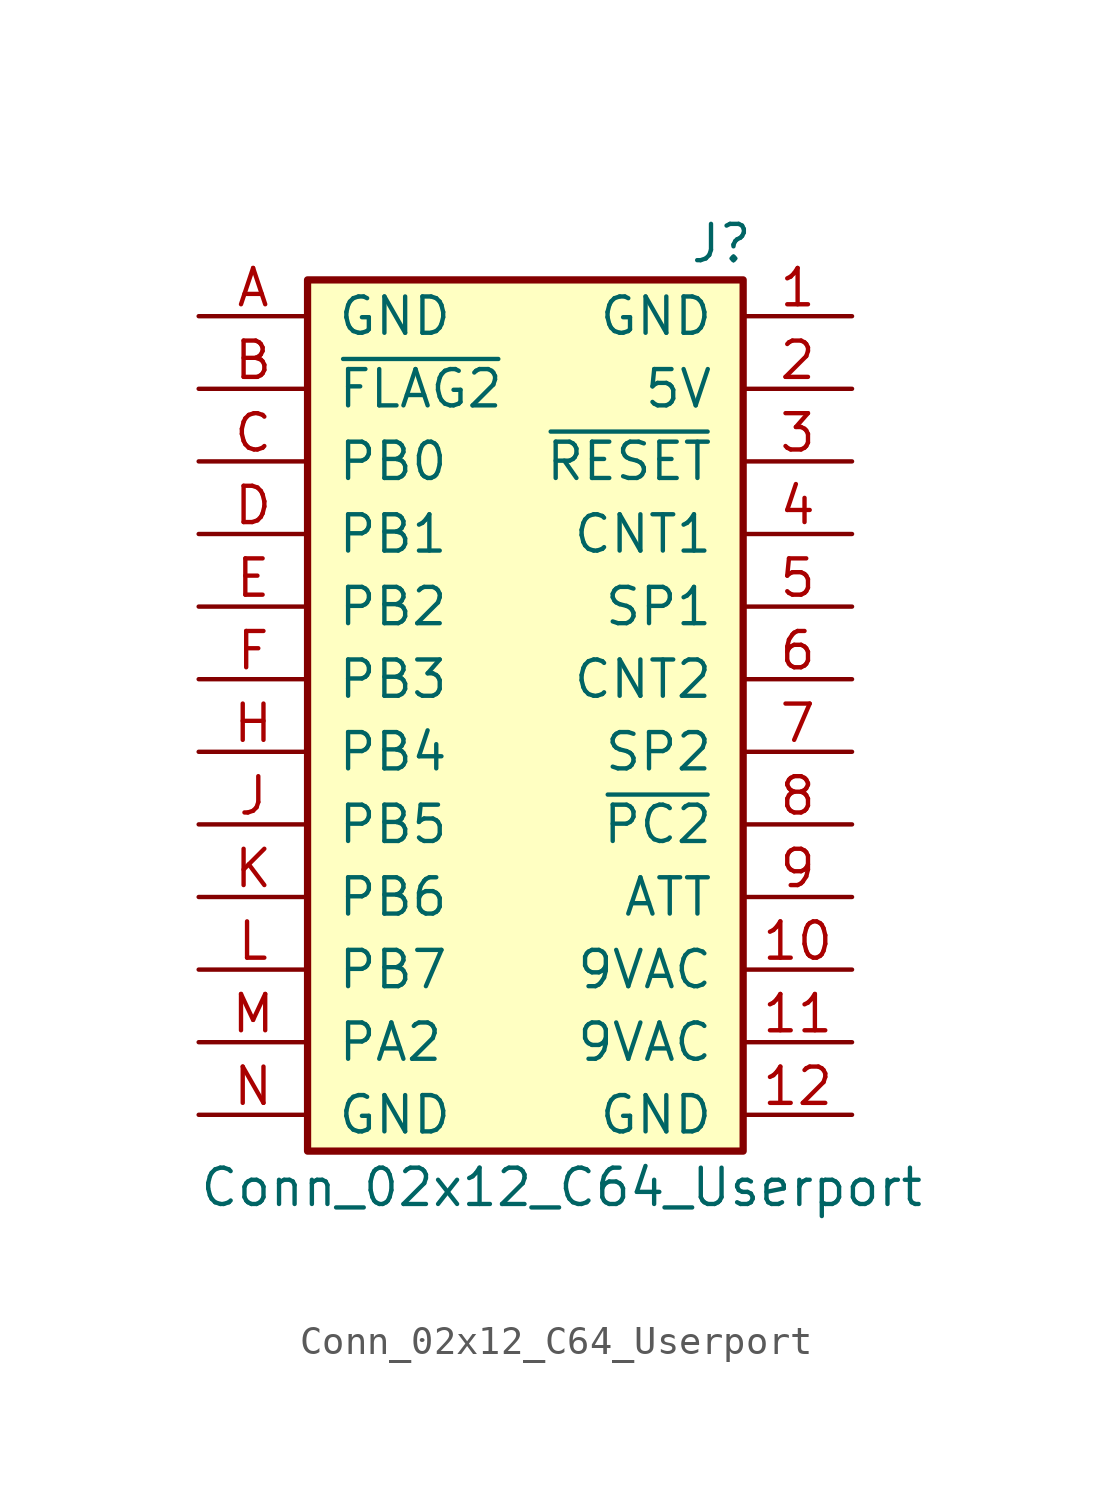
<source format=kicad_sym>
(kicad_symbol_lib
  (version 20231120)
  (generator "kicad_symbol_editor")
  (generator_version "8.0")
  (symbol "Conn_02x12_C64_Userport"
    (pin_names
      (offset 1.016))
    (property "Reference" "J"
      (at 6.858 15.24 0)
      (effects (font (size 1.27 1.27))))
    (property "Value" "Conn_02x12_C64_Userport"
      (at 1.27 -17.78 0)
      (effects (font (size 1.27 1.27))))
    (symbol "Conn_02x12_C64_Userport_1_1"
      (rectangle (start -7.62 13.97) (end 7.62 -16.51) (stroke (width 0.254) (type default)) (fill (type background)))
      (pin passive line (at 11.43 12.7 180) (length 3.81) (name "GND" (effects (font (size 1.27 1.27)))) (number "1" (effects (font (size 1.27 1.27)))))
      (pin passive line (at 11.43 -10.16 180) (length 3.81) (name "9VAC" (effects (font (size 1.27 1.27)))) (number "10" (effects (font (size 1.27 1.27)))))
      (pin passive line (at 11.43 -12.7 180) (length 3.81) (name "9VAC" (effects (font (size 1.27 1.27)))) (number "11" (effects (font (size 1.27 1.27)))))
      (pin passive line (at 11.43 -15.24 180) (length 3.81) (name "GND" (effects (font (size 1.27 1.27)))) (number "12" (effects (font (size 1.27 1.27)))))
      (pin passive line (at 11.43 10.16 180) (length 3.81) (name "5V" (effects (font (size 1.27 1.27)))) (number "2" (effects (font (size 1.27 1.27)))))
      (pin passive line (at 11.43 7.62 180) (length 3.81) (name "~{RESET}" (effects (font (size 1.27 1.27)))) (number "3" (effects (font (size 1.27 1.27)))))
      (pin passive line (at 11.43 5.08 180) (length 3.81) (name "CNT1" (effects (font (size 1.27 1.27)))) (number "4" (effects (font (size 1.27 1.27)))))
      (pin passive line (at 11.43 2.54 180) (length 3.81) (name "SP1" (effects (font (size 1.27 1.27)))) (number "5" (effects (font (size 1.27 1.27)))))
      (pin passive line (at 11.43 0 180) (length 3.81) (name "CNT2" (effects (font (size 1.27 1.27)))) (number "6" (effects (font (size 1.27 1.27)))))
      (pin passive line (at 11.43 -2.54 180) (length 3.81) (name "SP2" (effects (font (size 1.27 1.27)))) (number "7" (effects (font (size 1.27 1.27)))))
      (pin passive line (at 11.43 -5.08 180) (length 3.81) (name "~{PC2}" (effects (font (size 1.27 1.27)))) (number "8" (effects (font (size 1.27 1.27)))))
      (pin passive line (at 11.43 -7.62 180) (length 3.81) (name "ATT" (effects (font (size 1.27 1.27)))) (number "9" (effects (font (size 1.27 1.27)))))
      (pin passive line (at -11.43 12.7 0) (length 3.81) (name "GND" (effects (font (size 1.27 1.27)))) (number "A" (effects (font (size 1.27 1.27)))))
      (pin passive line (at -11.43 10.16 0) (length 3.81) (name "~{FLAG2}" (effects (font (size 1.27 1.27)))) (number "B" (effects (font (size 1.27 1.27)))))
      (pin passive line (at -11.43 7.62 0) (length 3.81) (name "PB0" (effects (font (size 1.27 1.27)))) (number "C" (effects (font (size 1.27 1.27)))))
      (pin passive line (at -11.43 5.08 0) (length 3.81) (name "PB1" (effects (font (size 1.27 1.27)))) (number "D" (effects (font (size 1.27 1.27)))))
      (pin passive line (at -11.43 2.54 0) (length 3.81) (name "PB2" (effects (font (size 1.27 1.27)))) (number "E" (effects (font (size 1.27 1.27)))))
      (pin passive line (at -11.43 0 0) (length 3.81) (name "PB3" (effects (font (size 1.27 1.27)))) (number "F" (effects (font (size 1.27 1.27)))))
      (pin passive line (at -11.43 -2.54 0) (length 3.81) (name "PB4" (effects (font (size 1.27 1.27)))) (number "H" (effects (font (size 1.27 1.27)))))
      (pin passive line (at -11.43 -5.08 0) (length 3.81) (name "PB5" (effects (font (size 1.27 1.27)))) (number "J" (effects (font (size 1.27 1.27)))))
      (pin passive line (at -11.43 -7.62 0) (length 3.81) (name "PB6" (effects (font (size 1.27 1.27)))) (number "K" (effects (font (size 1.27 1.27)))))
      (pin passive line (at -11.43 -10.16 0) (length 3.81) (name "PB7" (effects (font (size 1.27 1.27)))) (number "L" (effects (font (size 1.27 1.27)))))
      (pin passive line (at -11.43 -12.7 0) (length 3.81) (name "PA2" (effects (font (size 1.27 1.27)))) (number "M" (effects (font (size 1.27 1.27)))))
      (pin passive line (at -11.43 -15.24 0) (length 3.81) (name "GND" (effects (font (size 1.27 1.27)))) (number "N" (effects (font (size 1.27 1.27))))))))
</source>
